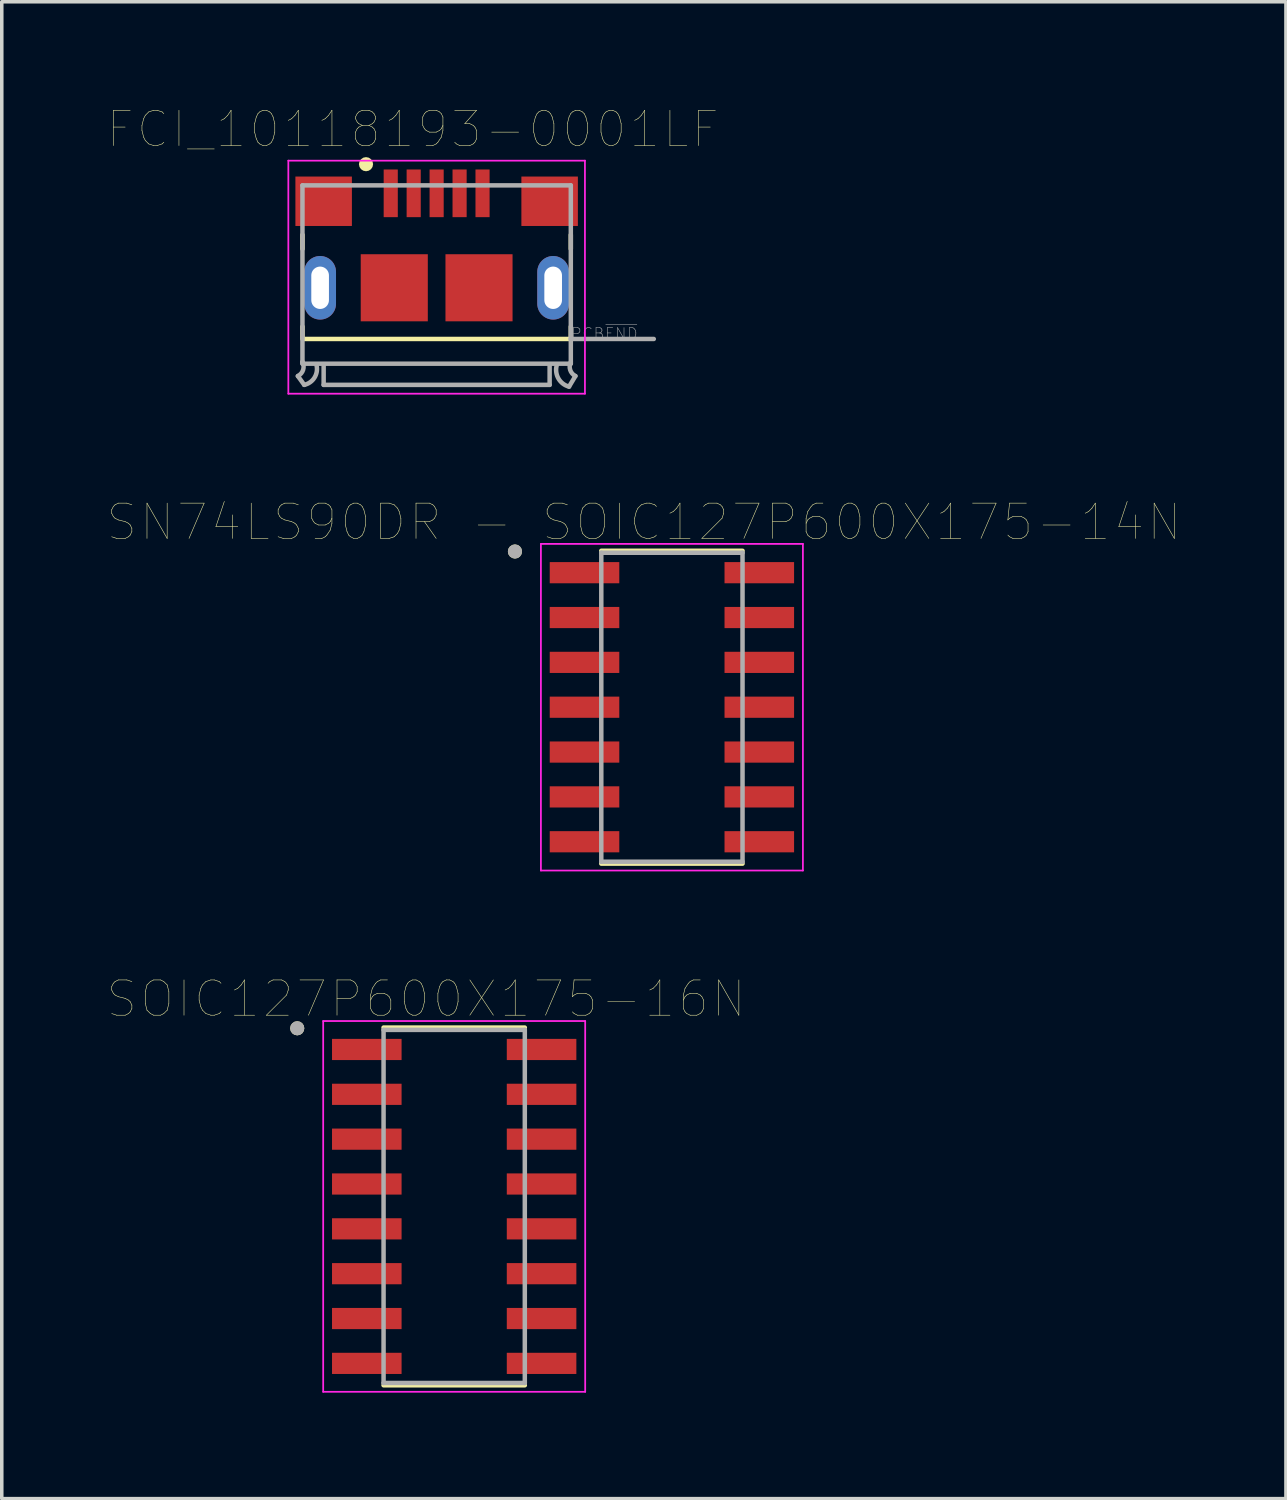
<source format=kicad_pcb>
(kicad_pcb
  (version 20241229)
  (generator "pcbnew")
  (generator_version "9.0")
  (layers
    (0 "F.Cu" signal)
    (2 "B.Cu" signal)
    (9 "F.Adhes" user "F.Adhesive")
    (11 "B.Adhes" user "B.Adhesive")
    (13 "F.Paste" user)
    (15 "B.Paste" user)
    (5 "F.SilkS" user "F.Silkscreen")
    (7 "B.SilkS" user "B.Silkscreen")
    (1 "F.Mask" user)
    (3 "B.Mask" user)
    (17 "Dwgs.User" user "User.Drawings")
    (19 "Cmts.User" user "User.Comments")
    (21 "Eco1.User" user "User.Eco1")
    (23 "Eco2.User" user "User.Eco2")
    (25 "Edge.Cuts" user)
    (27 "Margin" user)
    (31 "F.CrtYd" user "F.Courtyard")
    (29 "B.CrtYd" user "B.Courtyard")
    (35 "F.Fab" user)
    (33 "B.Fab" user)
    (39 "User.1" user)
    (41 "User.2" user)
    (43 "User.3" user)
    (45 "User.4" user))
  (footprint "SOIC127P600X175-16N"
    (layer "F.Cu")
    (at 9.813 31.117)
    (property "Reference" "SOIC127P600X175-16N" (at -0.795 -5.877 0) (layer "F.SilkS") (effects (font (size 1 1) (thickness 0.015))))
    (attr through_hole)
    (fp_line (start -2 -5.065) (end 2 -5.065) (stroke (width 0.127) (type solid)) (layer "F.SilkS"))
    (fp_line (start -2 5.065) (end 2 5.065) (stroke (width 0.127) (type solid)) (layer "F.SilkS"))
    (fp_circle (center -4.445 -5.045) (end -4.345 -5.045) (stroke (width 0.2) (type solid)) (fill no) (layer "F.SilkS"))
    (fp_line (start -3.71 -5.25) (end -3.71 5.25) (stroke (width 0.05) (type solid)) (layer "F.CrtYd"))
    (fp_line (start -3.71 -5.25) (end 3.71 -5.25) (stroke (width 0.05) (type solid)) (layer "F.CrtYd"))
    (fp_line (start -3.71 5.25) (end 3.71 5.25) (stroke (width 0.05) (type solid)) (layer "F.CrtYd"))
    (fp_line (start 3.71 -5.25) (end 3.71 5.25) (stroke (width 0.05) (type solid)) (layer "F.CrtYd"))
    (fp_line (start -2 -5) (end -2 5) (stroke (width 0.127) (type solid)) (layer "F.Fab"))
    (fp_line (start -2 -5) (end 2 -5) (stroke (width 0.127) (type solid)) (layer "F.Fab"))
    (fp_line (start -2 5) (end 2 5) (stroke (width 0.127) (type solid)) (layer "F.Fab"))
    (fp_line (start 2 -5) (end 2 5) (stroke (width 0.127) (type solid)) (layer "F.Fab"))
    (fp_circle (center -4.445 -5.045) (end -4.345 -5.045) (stroke (width 0.2) (type solid)) (fill no) (layer "F.Fab"))
    (pad "1" smd rect (at -2.475 -4.445) (size 1.97 0.6) (layers "F.Cu" "F.Mask" "F.Paste"))
    (pad "2" smd rect (at -2.475 -3.175) (size 1.97 0.6) (layers "F.Cu" "F.Mask" "F.Paste"))
    (pad "3" smd rect (at -2.475 -1.905) (size 1.97 0.6) (layers "F.Cu" "F.Mask" "F.Paste"))
    (pad "4" smd rect (at -2.475 -0.635) (size 1.97 0.6) (layers "F.Cu" "F.Mask" "F.Paste"))
    (pad "5" smd rect (at -2.475 0.635) (size 1.97 0.6) (layers "F.Cu" "F.Mask" "F.Paste"))
    (pad "6" smd rect (at -2.475 1.905) (size 1.97 0.6) (layers "F.Cu" "F.Mask" "F.Paste"))
    (pad "7" smd rect (at -2.475 3.175) (size 1.97 0.6) (layers "F.Cu" "F.Mask" "F.Paste"))
    (pad "8" smd rect (at -2.475 4.445) (size 1.97 0.6) (layers "F.Cu" "F.Mask" "F.Paste"))
    (pad "9" smd rect (at 2.475 4.445) (size 1.97 0.6) (layers "F.Cu" "F.Mask" "F.Paste"))
    (pad "10" smd rect (at 2.475 3.175) (size 1.97 0.6) (layers "F.Cu" "F.Mask" "F.Paste"))
    (pad "11" smd rect (at 2.475 1.905) (size 1.97 0.6) (layers "F.Cu" "F.Mask" "F.Paste"))
    (pad "12" smd rect (at 2.475 0.635) (size 1.97 0.6) (layers "F.Cu" "F.Mask" "F.Paste"))
    (pad "13" smd rect (at 2.475 -0.635) (size 1.97 0.6) (layers "F.Cu" "F.Mask" "F.Paste"))
    (pad "14" smd rect (at 2.475 -1.905) (size 1.97 0.6) (layers "F.Cu" "F.Mask" "F.Paste"))
    (pad "15" smd rect (at 2.475 -3.175) (size 1.97 0.6) (layers "F.Cu" "F.Mask" "F.Paste"))
    (pad "16" smd rect (at 2.475 -4.445) (size 1.97 0.6) (layers "F.Cu" "F.Mask" "F.Paste")))
  (footprint "SN74LS90DR - SOIC127P600X175-14N"
    (layer "F.Cu")
    (at 15.979 16.979)
    (property "Reference" "SN74LS90DR - SOIC127P600X175-14N" (at -0.795 -5.242 0) (layer "F.SilkS") (effects (font (size 1 1) (thickness 0.015))))
    (attr through_hole)
    (fp_line (start -2 -4.43) (end 2 -4.43) (stroke (width 0.127) (type solid)) (layer "F.SilkS"))
    (fp_line (start -2 4.43) (end 2 4.43) (stroke (width 0.127) (type solid)) (layer "F.SilkS"))
    (fp_circle (center -4.445 -4.41) (end -4.345 -4.41) (stroke (width 0.2) (type solid)) (fill no) (layer "F.SilkS"))
    (fp_line (start -3.71 -4.625) (end -3.71 4.625) (stroke (width 0.05) (type solid)) (layer "F.CrtYd"))
    (fp_line (start -3.71 -4.625) (end 3.71 -4.625) (stroke (width 0.05) (type solid)) (layer "F.CrtYd"))
    (fp_line (start -3.71 4.625) (end 3.71 4.625) (stroke (width 0.05) (type solid)) (layer "F.CrtYd"))
    (fp_line (start 3.71 -4.625) (end 3.71 4.625) (stroke (width 0.05) (type solid)) (layer "F.CrtYd"))
    (fp_line (start -2 -4.375) (end -2 4.375) (stroke (width 0.127) (type solid)) (layer "F.Fab"))
    (fp_line (start -2 -4.375) (end 2 -4.375) (stroke (width 0.127) (type solid)) (layer "F.Fab"))
    (fp_line (start -2 4.375) (end 2 4.375) (stroke (width 0.127) (type solid)) (layer "F.Fab"))
    (fp_line (start 2 -4.375) (end 2 4.375) (stroke (width 0.127) (type solid)) (layer "F.Fab"))
    (fp_circle (center -4.445 -4.41) (end -4.345 -4.41) (stroke (width 0.2) (type solid)) (fill no) (layer "F.Fab"))
    (pad "1" smd rect (at -2.475 -3.81) (size 1.97 0.6) (layers "F.Cu" "F.Mask" "F.Paste"))
    (pad "2" smd rect (at -2.475 -2.54) (size 1.97 0.6) (layers "F.Cu" "F.Mask" "F.Paste"))
    (pad "3" smd rect (at -2.475 -1.27) (size 1.97 0.6) (layers "F.Cu" "F.Mask" "F.Paste"))
    (pad "4" smd rect (at -2.475 0) (size 1.97 0.6) (layers "F.Cu" "F.Mask" "F.Paste"))
    (pad "5" smd rect (at -2.475 1.27) (size 1.97 0.6) (layers "F.Cu" "F.Mask" "F.Paste"))
    (pad "6" smd rect (at -2.475 2.54) (size 1.97 0.6) (layers "F.Cu" "F.Mask" "F.Paste"))
    (pad "7" smd rect (at -2.475 3.81) (size 1.97 0.6) (layers "F.Cu" "F.Mask" "F.Paste"))
    (pad "8" smd rect (at 2.475 3.81) (size 1.97 0.6) (layers "F.Cu" "F.Mask" "F.Paste"))
    (pad "9" smd rect (at 2.475 2.54) (size 1.97 0.6) (layers "F.Cu" "F.Mask" "F.Paste"))
    (pad "10" smd rect (at 2.475 1.27) (size 1.97 0.6) (layers "F.Cu" "F.Mask" "F.Paste"))
    (pad "11" smd rect (at 2.475 0) (size 1.97 0.6) (layers "F.Cu" "F.Mask" "F.Paste"))
    (pad "12" smd rect (at 2.475 -1.27) (size 1.97 0.6) (layers "F.Cu" "F.Mask" "F.Paste"))
    (pad "13" smd rect (at 2.475 -2.54) (size 1.97 0.6) (layers "F.Cu" "F.Mask" "F.Paste"))
    (pad "14" smd rect (at 2.475 -3.81) (size 1.97 0.6) (layers "F.Cu" "F.Mask" "F.Paste")))
  (footprint "FCI_10118193-0001LF"
    (layer "F.Cu")
    (at 9.316 5.1)
    (property "Reference" "FCI_10118193-0001LF" (at -0.679 -4.489 0) (layer "F.SilkS") (effects (font (size 1 1) (thickness 0.015))))
    (attr through_hole)
    (fp_line (start -3.8 -1.5) (end -3.8 -1.1) (stroke (width 0.127) (type solid)) (layer "F.SilkS"))
    (fp_line (start -3.8 1.1) (end -3.8 1.4) (stroke (width 0.127) (type solid)) (layer "F.SilkS"))
    (fp_line (start -3.8 1.45) (end 3.8 1.45) (stroke (width 0.127) (type solid)) (layer "F.SilkS"))
    (fp_line (start 3.8 -1.1) (end 3.8 -1.5) (stroke (width 0.127) (type solid)) (layer "F.SilkS"))
    (fp_line (start 3.8 1.1) (end 3.8 1.4) (stroke (width 0.127) (type solid)) (layer "F.SilkS"))
    (fp_circle (center -2 -3.5) (end -1.9 -3.5) (stroke (width 0.2) (type solid)) (fill no) (layer "F.SilkS"))
    (fp_line (start -4.2 -3.6) (end -4.2 3) (stroke (width 0.05) (type solid)) (layer "F.CrtYd"))
    (fp_line (start -4.2 3) (end 4.2 3) (stroke (width 0.05) (type solid)) (layer "F.CrtYd"))
    (fp_line (start 4.2 -3.6) (end -4.2 -3.6) (stroke (width 0.05) (type solid)) (layer "F.CrtYd"))
    (fp_line (start 4.2 3) (end 4.2 -3.6) (stroke (width 0.05) (type solid)) (layer "F.CrtYd"))
    (fp_line (start -3.93 2.5) (end -3.75 2.75) (stroke (width 0.127) (type solid)) (layer "F.Fab"))
    (fp_line (start -3.8 -2.9) (end 3.8 -2.9) (stroke (width 0.127) (type solid)) (layer "F.Fab"))
    (fp_line (start -3.8 2.1) (end -3.8 -2.9) (stroke (width 0.127) (type solid)) (layer "F.Fab"))
    (fp_line (start -3.8 2.15) (end -3.8 2.1) (stroke (width 0.127) (type solid)) (layer "F.Fab"))
    (fp_line (start -3.2 2.2) (end -3.2 2.75) (stroke (width 0.127) (type solid)) (layer "F.Fab"))
    (fp_line (start -3.2 2.75) (end 3.2 2.75) (stroke (width 0.127) (type solid)) (layer "F.Fab"))
    (fp_line (start 3.2 2.75) (end 3.2 2.2) (stroke (width 0.127) (type solid)) (layer "F.Fab"))
    (fp_line (start 3.8 -2.9) (end 3.8 1.45) (stroke (width 0.127) (type solid)) (layer "F.Fab"))
    (fp_line (start 3.8 1.45) (end 3.8 2.15) (stroke (width 0.127) (type solid)) (layer "F.Fab"))
    (fp_line (start 3.8 1.45) (end 6.15 1.45) (stroke (width 0.127) (type solid)) (layer "F.Fab"))
    (fp_line (start 3.8 2.15) (end -3.8 2.15) (stroke (width 0.127) (type solid)) (layer "F.Fab"))
    (fp_line (start 3.93 2.5) (end 3.75 2.8) (stroke (width 0.127) (type solid)) (layer "F.Fab"))
    (fp_arc (start -3.8 2.1) (mid -3.782157 2.326924) (end -3.93 2.5) (stroke (width 0.127) (type solid)) (layer "F.Fab"))
    (fp_arc (start -3.4 2.2) (mid -3.461091 2.547487) (end -3.75 2.75) (stroke (width 0.127) (type solid)) (layer "F.Fab"))
    (fp_arc (start 3.75 2.8) (mid 3.450736 2.572487) (end 3.4 2.2) (stroke (width 0.127) (type solid)) (layer "F.Fab"))
    (fp_arc (start 3.93 2.5) (mid 3.782157 2.326924) (end 3.8 2.1) (stroke (width 0.127) (type solid)) (layer "F.Fab"))
    (fp_text user "PCB~{END}" (at 4.75 1.3 0) (layer "F.Fab") (effects (font (size 0.32 0.32) (thickness 0.015))))
    (pad "1" smd rect (at -1.3 -2.675) (size 0.4 1.35) (layers "F.Cu" "F.Mask" "F.Paste"))
    (pad "2" smd rect (at -0.65 -2.675) (size 0.4 1.35) (layers "F.Cu" "F.Mask" "F.Paste"))
    (pad "3" smd rect (at 0 -2.675) (size 0.4 1.35) (layers "F.Cu" "F.Mask" "F.Paste"))
    (pad "4" smd rect (at 0.65 -2.675) (size 0.4 1.35) (layers "F.Cu" "F.Mask" "F.Paste"))
    (pad "5" smd rect (at 1.3 -2.675) (size 0.4 1.35) (layers "F.Cu" "F.Mask" "F.Paste"))
    (pad "S0" smd rect (at -3.2 -2.45) (size 1.6 1.4) (layers "F.Cu" "F.Mask" "F.Paste"))
    (pad "S0" smd rect (at -1.2 0) (size 1.9 1.9) (layers "F.Cu" "F.Mask" "F.Paste"))
    (pad "S0" smd rect (at 1.2 0) (size 1.9 1.9) (layers "F.Cu" "F.Mask" "F.Paste"))
    (pad "S0" smd rect (at 3.2 -2.45) (size 1.6 1.4) (layers "F.Cu" "F.Mask" "F.Paste"))
    (pad "S1" thru_hole oval (at -3.3 0) (size 0.9 1.8) (drill oval 0.5 1.2) (layers "*.Cu" "*.Mask"))
    (pad "S1" thru_hole oval (at 3.3 0) (size 0.9 1.8) (drill oval 0.5 1.2) (layers "*.Cu" "*.Mask")))
  (gr_rect
    (start -3 -3)
    (end 33.369 39.392)
    (stroke (width 0.1) (type default))
    (fill no)
    (layer "Edge.Cuts")))
</source>
